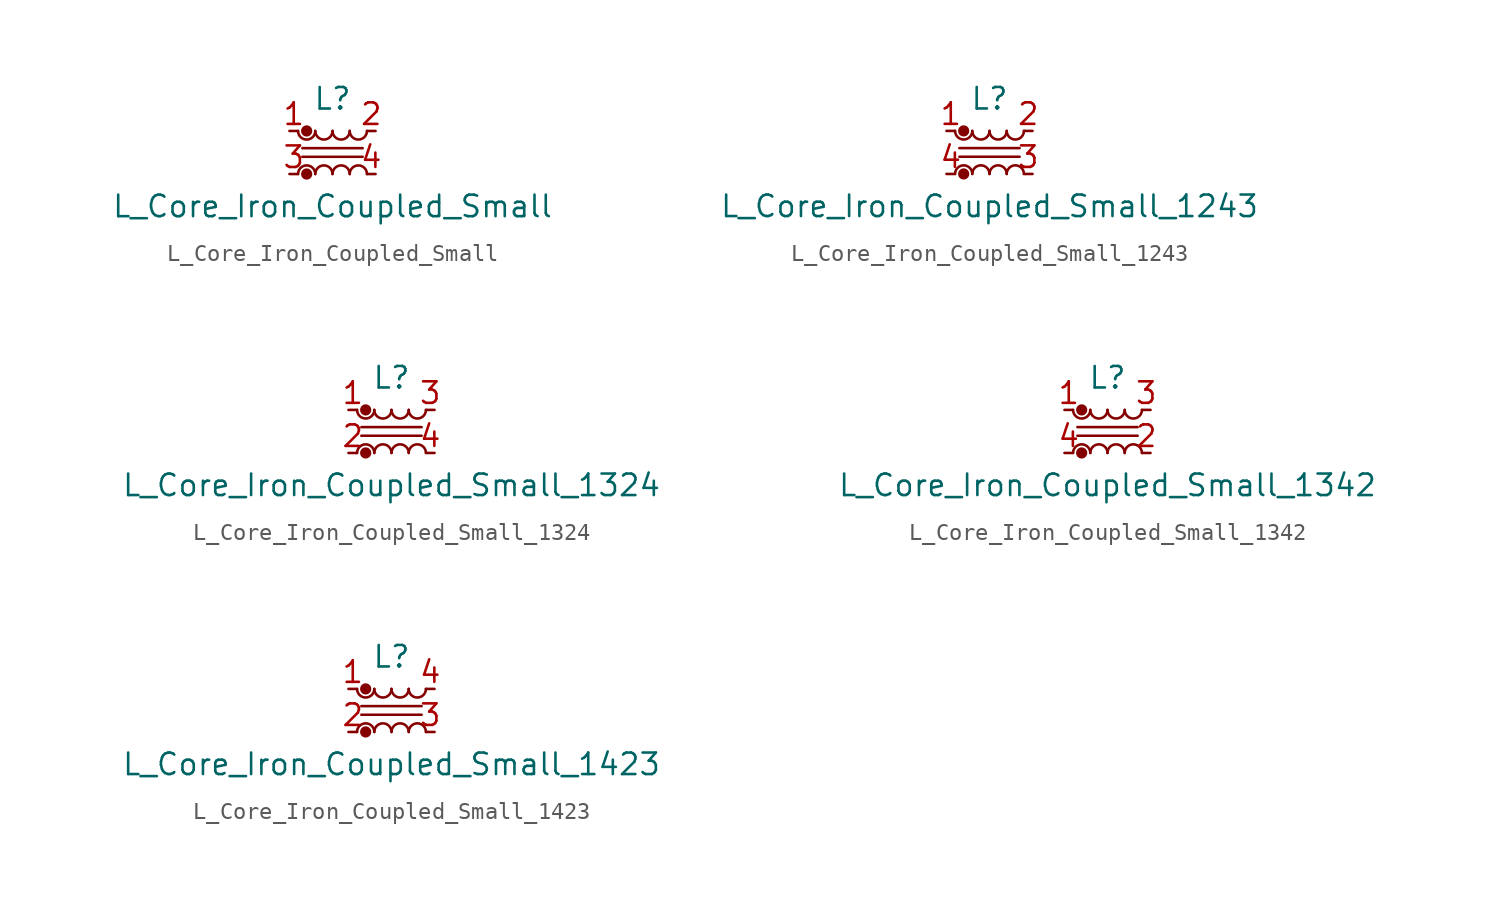
<source format=kicad_sym>
(kicad_symbol_lib
  (version 20211014)
  (generator kicad_symbol_editor)
  (symbol "L_Core_Iron_Coupled_Small"
    (pin_names
      (offset 0.254) hide)
    (property "Reference" "L"
      (at 0 3.175 0)
      (effects (font (size 1.27 1.27))))
    (property "Value" "L_Core_Iron_Coupled_Small"
      (at 0 -3.175 0)
      (effects (font (size 1.27 1.27))))
    (symbol "L_Core_Iron_Coupled_Small_0_1"
      (arc (start -2.032 1.27) (mid -1.524 0.762) (end -1.016 1.27) (stroke (width 0) (type default) (color 0 0 0 0)) (fill (type none)))
      (circle (center -1.524 -1.27) (radius 0.254) (stroke (width 0) (type default) (color 0 0 0 0)) (fill (type outline)))
      (circle (center -1.524 1.27) (radius 0.254) (stroke (width 0) (type default) (color 0 0 0 0)) (fill (type outline)))
      (arc (start -1.016 -1.27) (mid -1.524 -0.762) (end -2.032 -1.27) (stroke (width 0) (type default) (color 0 0 0 0)) (fill (type none)))
      (arc (start -1.016 1.27) (mid -0.508 0.762) (end 0 1.27) (stroke (width 0) (type default) (color 0 0 0 0)) (fill (type none)))
      (arc (start 0 -1.27) (mid -0.508 -0.762) (end -1.016 -1.27) (stroke (width 0) (type default) (color 0 0 0 0)) (fill (type none)))
      (polyline (pts (xy 1.778 -0.254) (xy -1.778 -0.254)) (stroke (width 0) (type default) (color 0 0 0 0)) (fill (type none)))
      (polyline (pts (xy 1.778 0.254) (xy -1.778 0.254)) (stroke (width 0) (type default) (color 0 0 0 0)) (fill (type none)))
      (arc (start 0 1.27) (mid 0.508 0.762) (end 1.016 1.27) (stroke (width 0) (type default) (color 0 0 0 0)) (fill (type none)))
      (arc (start 1.016 -1.27) (mid 0.508 -0.762) (end 0 -1.27) (stroke (width 0) (type default) (color 0 0 0 0)) (fill (type none)))
      (arc (start 1.016 1.27) (mid 1.524 0.762) (end 2.032 1.27) (stroke (width 0) (type default) (color 0 0 0 0)) (fill (type none)))
      (arc (start 2.032 -1.27) (mid 1.524 -0.762) (end 1.016 -1.27) (stroke (width 0) (type default) (color 0 0 0 0)) (fill (type none))))
    (symbol "L_Core_Iron_Coupled_Small_1_1"
      (pin passive line (at -2.54 1.27 0) (length 0.508) (name "1" (effects (font (size 1.27 1.27)))) (number "1" (effects (font (size 1.27 1.27)))))
      (pin passive line (at 2.54 1.27 180) (length 0.508) (name "2" (effects (font (size 1.27 1.27)))) (number "2" (effects (font (size 1.27 1.27)))))
      (pin passive line (at -2.54 -1.27 0) (length 0.508) (name "3" (effects (font (size 1.27 1.27)))) (number "3" (effects (font (size 1.27 1.27)))))
      (pin passive line (at 2.54 -1.27 180) (length 0.508) (name "4" (effects (font (size 1.27 1.27)))) (number "4" (effects (font (size 1.27 1.27)))))))
  (symbol "L_Core_Iron_Coupled_Small_1243"
    (pin_names
      (offset 0.254) hide)
    (property "Reference" "L"
      (at 0 3.175 0)
      (effects (font (size 1.27 1.27))))
    (property "Value" "L_Core_Iron_Coupled_Small_1243"
      (at 0 -3.175 0)
      (effects (font (size 1.27 1.27))))
    (symbol "L_Core_Iron_Coupled_Small_1243_0_1"
      (arc (start -2.032 1.27) (mid -1.524 0.762) (end -1.016 1.27) (stroke (width 0) (type default) (color 0 0 0 0)) (fill (type none)))
      (circle (center -1.524 -1.27) (radius 0.254) (stroke (width 0) (type default) (color 0 0 0 0)) (fill (type outline)))
      (circle (center -1.524 1.27) (radius 0.254) (stroke (width 0) (type default) (color 0 0 0 0)) (fill (type outline)))
      (arc (start -1.016 -1.27) (mid -1.524 -0.762) (end -2.032 -1.27) (stroke (width 0) (type default) (color 0 0 0 0)) (fill (type none)))
      (arc (start -1.016 1.27) (mid -0.508 0.762) (end 0 1.27) (stroke (width 0) (type default) (color 0 0 0 0)) (fill (type none)))
      (arc (start 0 -1.27) (mid -0.508 -0.762) (end -1.016 -1.27) (stroke (width 0) (type default) (color 0 0 0 0)) (fill (type none)))
      (polyline (pts (xy 1.778 -0.254) (xy -1.778 -0.254)) (stroke (width 0) (type default) (color 0 0 0 0)) (fill (type none)))
      (polyline (pts (xy 1.778 0.254) (xy -1.778 0.254)) (stroke (width 0) (type default) (color 0 0 0 0)) (fill (type none)))
      (arc (start 0 1.27) (mid 0.508 0.762) (end 1.016 1.27) (stroke (width 0) (type default) (color 0 0 0 0)) (fill (type none)))
      (arc (start 1.016 -1.27) (mid 0.508 -0.762) (end 0 -1.27) (stroke (width 0) (type default) (color 0 0 0 0)) (fill (type none)))
      (arc (start 1.016 1.27) (mid 1.524 0.762) (end 2.032 1.27) (stroke (width 0) (type default) (color 0 0 0 0)) (fill (type none)))
      (arc (start 2.032 -1.27) (mid 1.524 -0.762) (end 1.016 -1.27) (stroke (width 0) (type default) (color 0 0 0 0)) (fill (type none))))
    (symbol "L_Core_Iron_Coupled_Small_1243_1_1"
      (pin passive line (at -2.54 1.27 0) (length 0.508) (name "1" (effects (font (size 1.27 1.27)))) (number "1" (effects (font (size 1.27 1.27)))))
      (pin passive line (at 2.54 1.27 180) (length 0.508) (name "2" (effects (font (size 1.27 1.27)))) (number "2" (effects (font (size 1.27 1.27)))))
      (pin passive line (at 2.54 -1.27 180) (length 0.508) (name "3" (effects (font (size 1.27 1.27)))) (number "3" (effects (font (size 1.27 1.27)))))
      (pin passive line (at -2.54 -1.27 0) (length 0.508) (name "4" (effects (font (size 1.27 1.27)))) (number "4" (effects (font (size 1.27 1.27)))))))
  (symbol "L_Core_Iron_Coupled_Small_1324"
    (pin_names
      (offset 0.254) hide)
    (property "Reference" "L"
      (at 0 3.175 0)
      (effects (font (size 1.27 1.27))))
    (property "Value" "L_Core_Iron_Coupled_Small_1324"
      (at 0 -3.175 0)
      (effects (font (size 1.27 1.27))))
    (symbol "L_Core_Iron_Coupled_Small_1324_0_1"
      (arc (start -2.032 1.27) (mid -1.524 0.762) (end -1.016 1.27) (stroke (width 0) (type default) (color 0 0 0 0)) (fill (type none)))
      (circle (center -1.524 -1.27) (radius 0.254) (stroke (width 0) (type default) (color 0 0 0 0)) (fill (type outline)))
      (circle (center -1.524 1.27) (radius 0.254) (stroke (width 0) (type default) (color 0 0 0 0)) (fill (type outline)))
      (arc (start -1.016 -1.27) (mid -1.524 -0.762) (end -2.032 -1.27) (stroke (width 0) (type default) (color 0 0 0 0)) (fill (type none)))
      (arc (start -1.016 1.27) (mid -0.508 0.762) (end 0 1.27) (stroke (width 0) (type default) (color 0 0 0 0)) (fill (type none)))
      (arc (start 0 -1.27) (mid -0.508 -0.762) (end -1.016 -1.27) (stroke (width 0) (type default) (color 0 0 0 0)) (fill (type none)))
      (polyline (pts (xy 1.778 -0.254) (xy -1.778 -0.254)) (stroke (width 0) (type default) (color 0 0 0 0)) (fill (type none)))
      (polyline (pts (xy 1.778 0.254) (xy -1.778 0.254)) (stroke (width 0) (type default) (color 0 0 0 0)) (fill (type none)))
      (arc (start 0 1.27) (mid 0.508 0.762) (end 1.016 1.27) (stroke (width 0) (type default) (color 0 0 0 0)) (fill (type none)))
      (arc (start 1.016 -1.27) (mid 0.508 -0.762) (end 0 -1.27) (stroke (width 0) (type default) (color 0 0 0 0)) (fill (type none)))
      (arc (start 1.016 1.27) (mid 1.524 0.762) (end 2.032 1.27) (stroke (width 0) (type default) (color 0 0 0 0)) (fill (type none)))
      (arc (start 2.032 -1.27) (mid 1.524 -0.762) (end 1.016 -1.27) (stroke (width 0) (type default) (color 0 0 0 0)) (fill (type none))))
    (symbol "L_Core_Iron_Coupled_Small_1324_1_1"
      (pin passive line (at -2.54 1.27 0) (length 0.508) (name "1" (effects (font (size 1.27 1.27)))) (number "1" (effects (font (size 1.27 1.27)))))
      (pin passive line (at -2.54 -1.27 0) (length 0.508) (name "2" (effects (font (size 1.27 1.27)))) (number "2" (effects (font (size 1.27 1.27)))))
      (pin passive line (at 2.54 1.27 180) (length 0.508) (name "3" (effects (font (size 1.27 1.27)))) (number "3" (effects (font (size 1.27 1.27)))))
      (pin passive line (at 2.54 -1.27 180) (length 0.508) (name "4" (effects (font (size 1.27 1.27)))) (number "4" (effects (font (size 1.27 1.27)))))))
  (symbol "L_Core_Iron_Coupled_Small_1342"
    (pin_names
      (offset 0.254) hide)
    (property "Reference" "L"
      (at 0 3.175 0)
      (effects (font (size 1.27 1.27))))
    (property "Value" "L_Core_Iron_Coupled_Small_1342"
      (at 0 -3.175 0)
      (effects (font (size 1.27 1.27))))
    (symbol "L_Core_Iron_Coupled_Small_1342_0_1"
      (arc (start -2.032 1.27) (mid -1.524 0.762) (end -1.016 1.27) (stroke (width 0) (type default) (color 0 0 0 0)) (fill (type none)))
      (circle (center -1.524 -1.27) (radius 0.254) (stroke (width 0) (type default) (color 0 0 0 0)) (fill (type outline)))
      (circle (center -1.524 1.27) (radius 0.254) (stroke (width 0) (type default) (color 0 0 0 0)) (fill (type outline)))
      (arc (start -1.016 -1.27) (mid -1.524 -0.762) (end -2.032 -1.27) (stroke (width 0) (type default) (color 0 0 0 0)) (fill (type none)))
      (arc (start -1.016 1.27) (mid -0.508 0.762) (end 0 1.27) (stroke (width 0) (type default) (color 0 0 0 0)) (fill (type none)))
      (arc (start 0 -1.27) (mid -0.508 -0.762) (end -1.016 -1.27) (stroke (width 0) (type default) (color 0 0 0 0)) (fill (type none)))
      (polyline (pts (xy 1.778 -0.254) (xy -1.778 -0.254)) (stroke (width 0) (type default) (color 0 0 0 0)) (fill (type none)))
      (polyline (pts (xy 1.778 0.254) (xy -1.778 0.254)) (stroke (width 0) (type default) (color 0 0 0 0)) (fill (type none)))
      (arc (start 0 1.27) (mid 0.508 0.762) (end 1.016 1.27) (stroke (width 0) (type default) (color 0 0 0 0)) (fill (type none)))
      (arc (start 1.016 -1.27) (mid 0.508 -0.762) (end 0 -1.27) (stroke (width 0) (type default) (color 0 0 0 0)) (fill (type none)))
      (arc (start 1.016 1.27) (mid 1.524 0.762) (end 2.032 1.27) (stroke (width 0) (type default) (color 0 0 0 0)) (fill (type none)))
      (arc (start 2.032 -1.27) (mid 1.524 -0.762) (end 1.016 -1.27) (stroke (width 0) (type default) (color 0 0 0 0)) (fill (type none))))
    (symbol "L_Core_Iron_Coupled_Small_1342_1_1"
      (pin passive line (at -2.54 1.27 0) (length 0.508) (name "1" (effects (font (size 1.27 1.27)))) (number "1" (effects (font (size 1.27 1.27)))))
      (pin passive line (at 2.54 -1.27 180) (length 0.508) (name "2" (effects (font (size 1.27 1.27)))) (number "2" (effects (font (size 1.27 1.27)))))
      (pin passive line (at 2.54 1.27 180) (length 0.508) (name "3" (effects (font (size 1.27 1.27)))) (number "3" (effects (font (size 1.27 1.27)))))
      (pin passive line (at -2.54 -1.27 0) (length 0.508) (name "4" (effects (font (size 1.27 1.27)))) (number "4" (effects (font (size 1.27 1.27)))))))
  (symbol "L_Core_Iron_Coupled_Small_1423"
    (pin_names
      (offset 0.254) hide)
    (property "Reference" "L"
      (at 0 3.175 0)
      (effects (font (size 1.27 1.27))))
    (property "Value" "L_Core_Iron_Coupled_Small_1423"
      (at 0 -3.175 0)
      (effects (font (size 1.27 1.27))))
    (symbol "L_Core_Iron_Coupled_Small_1423_0_1"
      (arc (start -2.032 1.27) (mid -1.524 0.762) (end -1.016 1.27) (stroke (width 0) (type default) (color 0 0 0 0)) (fill (type none)))
      (circle (center -1.524 -1.27) (radius 0.254) (stroke (width 0) (type default) (color 0 0 0 0)) (fill (type outline)))
      (circle (center -1.524 1.27) (radius 0.254) (stroke (width 0) (type default) (color 0 0 0 0)) (fill (type outline)))
      (arc (start -1.016 -1.27) (mid -1.524 -0.762) (end -2.032 -1.27) (stroke (width 0) (type default) (color 0 0 0 0)) (fill (type none)))
      (arc (start -1.016 1.27) (mid -0.508 0.762) (end 0 1.27) (stroke (width 0) (type default) (color 0 0 0 0)) (fill (type none)))
      (arc (start 0 -1.27) (mid -0.508 -0.762) (end -1.016 -1.27) (stroke (width 0) (type default) (color 0 0 0 0)) (fill (type none)))
      (polyline (pts (xy 1.778 -0.254) (xy -1.778 -0.254)) (stroke (width 0) (type default) (color 0 0 0 0)) (fill (type none)))
      (polyline (pts (xy 1.778 0.254) (xy -1.778 0.254)) (stroke (width 0) (type default) (color 0 0 0 0)) (fill (type none)))
      (arc (start 0 1.27) (mid 0.508 0.762) (end 1.016 1.27) (stroke (width 0) (type default) (color 0 0 0 0)) (fill (type none)))
      (arc (start 1.016 -1.27) (mid 0.508 -0.762) (end 0 -1.27) (stroke (width 0) (type default) (color 0 0 0 0)) (fill (type none)))
      (arc (start 1.016 1.27) (mid 1.524 0.762) (end 2.032 1.27) (stroke (width 0) (type default) (color 0 0 0 0)) (fill (type none)))
      (arc (start 2.032 -1.27) (mid 1.524 -0.762) (end 1.016 -1.27) (stroke (width 0) (type default) (color 0 0 0 0)) (fill (type none))))
    (symbol "L_Core_Iron_Coupled_Small_1423_1_1"
      (pin passive line (at -2.54 1.27 0) (length 0.508) (name "1" (effects (font (size 1.27 1.27)))) (number "1" (effects (font (size 1.27 1.27)))))
      (pin passive line (at -2.54 -1.27 0) (length 0.508) (name "2" (effects (font (size 1.27 1.27)))) (number "2" (effects (font (size 1.27 1.27)))))
      (pin passive line (at 2.54 -1.27 180) (length 0.508) (name "3" (effects (font (size 1.27 1.27)))) (number "3" (effects (font (size 1.27 1.27)))))
      (pin passive line (at 2.54 1.27 180) (length 0.508) (name "4" (effects (font (size 1.27 1.27)))) (number "4" (effects (font (size 1.27 1.27))))))))
</source>
